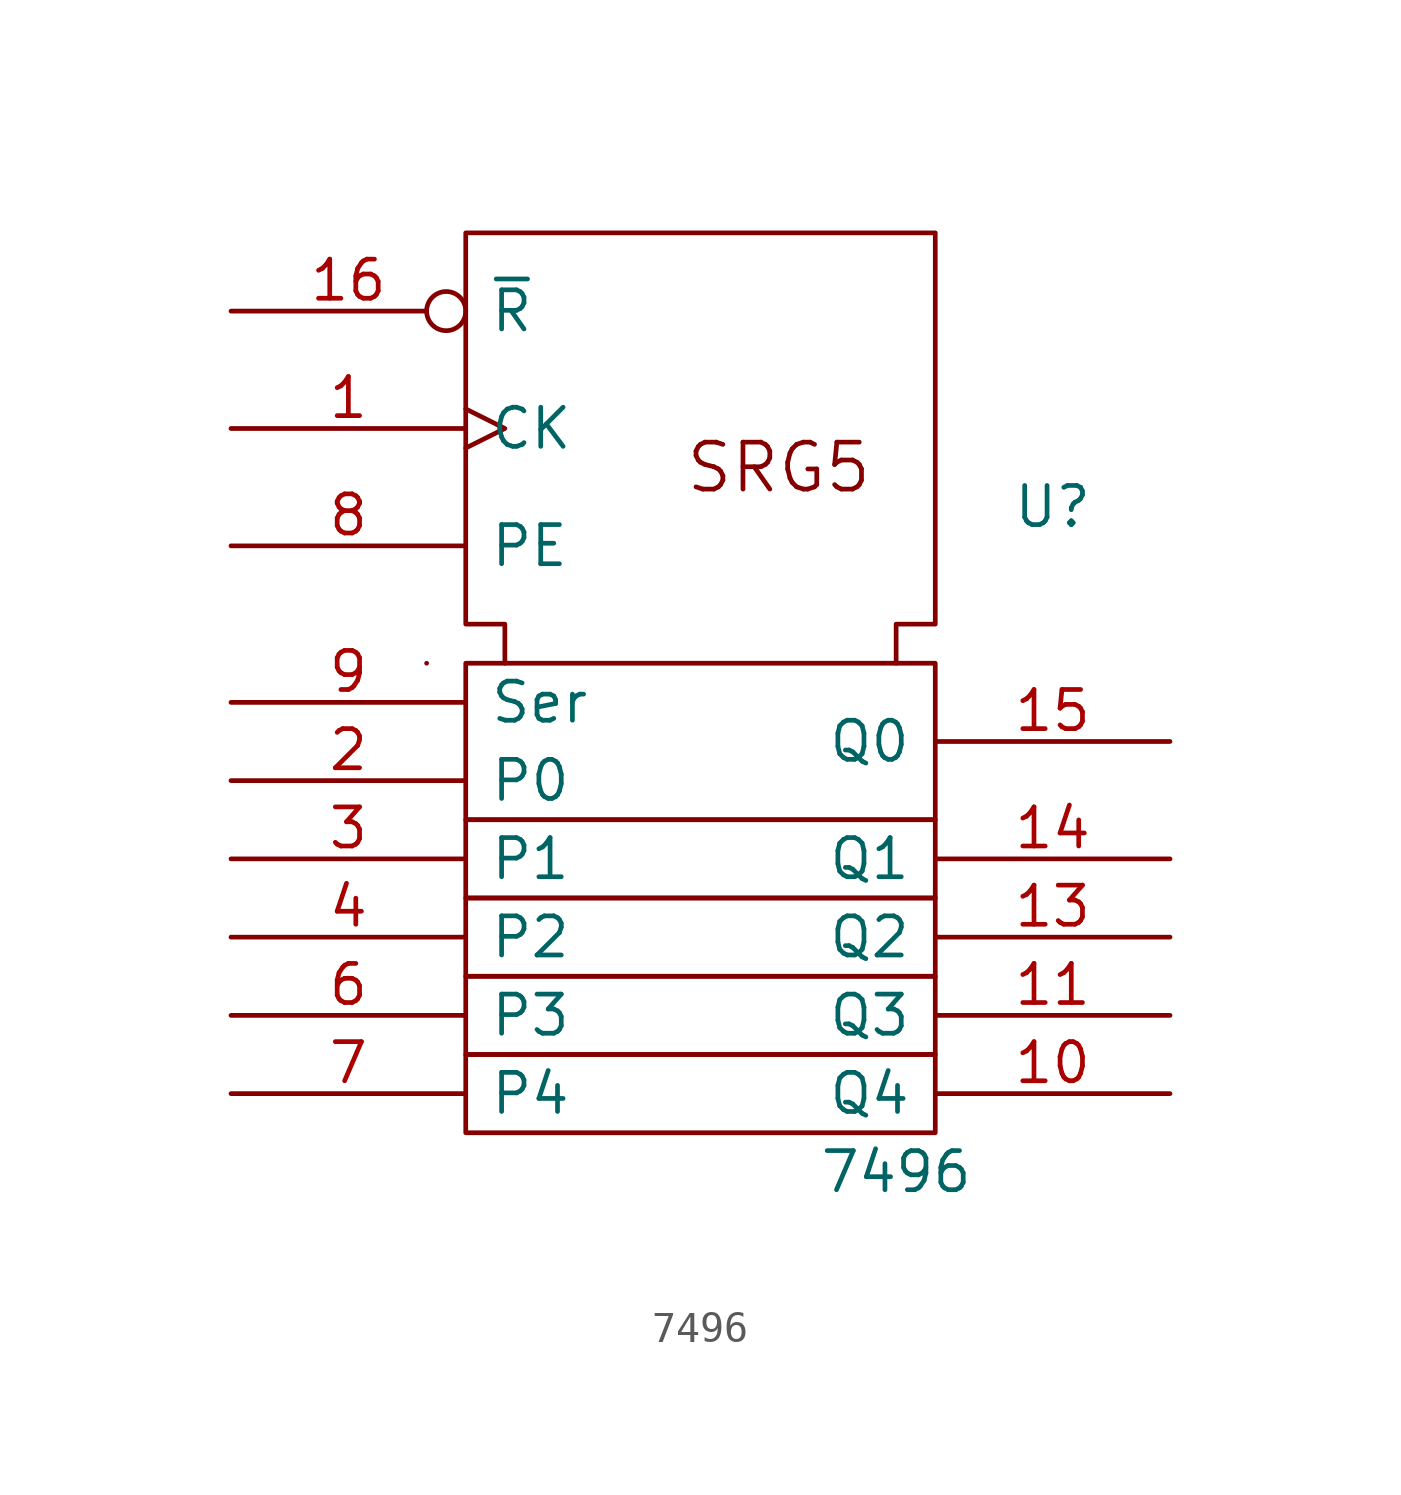
<source format=kicad_sym>
(kicad_symbol_lib
  (version 20201005)
  (generator kicad_symbol_editor)
  (symbol "7496"
    (pin_names
      (offset 0.762))
    (property "Reference" "U"
      (at 11.43 5.08 0)
      (effects (font (size 1.27 1.27))))
    (property "Value" "7496"
      (at 6.35 -16.51 0)
      (effects (font (size 1.27 1.27))))
    (symbol "7496_0_0"
      (text "SRG5" (at 2.54 6.35 0) (effects (font (size 1.524 1.524))))
      (polyline (pts (xy -8.89 0) (xy -8.89 0)) (stroke (width 0)) (fill (type none)))
      (pin power_in line (at 0 13.97 270) (length 0) hide (name "GND" (effects (font (size 1.27 1.27)))) (number "12" (effects (font (size 1.27 1.27)))))
      (pin power_in line (at 5.08 13.97 270) (length 0) hide (name "VCC" (effects (font (size 1.27 1.27)))) (number "5" (effects (font (size 1.27 1.27))))))
    (symbol "7496_0_1"
      (rectangle (start -7.62 -12.7) (end 7.62 -15.24) (stroke (width 0)) (fill (type none)))
      (rectangle (start -7.62 -10.16) (end 7.62 -12.7) (stroke (width 0)) (fill (type none)))
      (rectangle (start -7.62 -7.62) (end 7.62 -10.16) (stroke (width 0)) (fill (type none)))
      (rectangle (start -7.62 -5.08) (end 7.62 -7.62) (stroke (width 0)) (fill (type none)))
      (rectangle (start -7.62 0) (end 7.62 -5.08) (stroke (width 0)) (fill (type none)))
      (polyline (pts (xy -6.35 0) (xy -6.35 1.27) (xy -7.62 1.27) (xy -7.62 13.97) (xy 7.62 13.97) (xy 7.62 1.27) (xy 6.35 1.27) (xy 6.35 0) (xy 6.35 0)) (stroke (width 0)) (fill (type none))))
    (symbol "7496_1_1"
      (pin input clock (at -15.24 7.62 0) (length 7.62) (name "CK" (effects (font (size 1.27 1.27)))) (number "1" (effects (font (size 1.27 1.27)))))
      (pin output line (at 15.24 -13.97 180) (length 7.62) (name "Q4" (effects (font (size 1.27 1.27)))) (number "10" (effects (font (size 1.27 1.27)))))
      (pin output line (at 15.24 -11.43 180) (length 7.62) (name "Q3" (effects (font (size 1.27 1.27)))) (number "11" (effects (font (size 1.27 1.27)))))
      (pin output line (at 15.24 -8.89 180) (length 7.62) (name "Q2" (effects (font (size 1.27 1.27)))) (number "13" (effects (font (size 1.27 1.27)))))
      (pin output line (at 15.24 -6.35 180) (length 7.62) (name "Q1" (effects (font (size 1.27 1.27)))) (number "14" (effects (font (size 1.27 1.27)))))
      (pin output line (at 15.24 -2.54 180) (length 7.62) (name "Q0" (effects (font (size 1.27 1.27)))) (number "15" (effects (font (size 1.27 1.27)))))
      (pin input inverted (at -15.24 11.43 0) (length 7.62) (name "~R" (effects (font (size 1.27 1.27)))) (number "16" (effects (font (size 1.27 1.27)))))
      (pin input line (at -15.24 -3.81 0) (length 7.62) (name "P0" (effects (font (size 1.27 1.27)))) (number "2" (effects (font (size 1.27 1.27)))))
      (pin input line (at -15.24 -6.35 0) (length 7.62) (name "P1" (effects (font (size 1.27 1.27)))) (number "3" (effects (font (size 1.27 1.27)))))
      (pin input line (at -15.24 -8.89 0) (length 7.62) (name "P2" (effects (font (size 1.27 1.27)))) (number "4" (effects (font (size 1.27 1.27)))))
      (pin input line (at -15.24 -11.43 0) (length 7.62) (name "P3" (effects (font (size 1.27 1.27)))) (number "6" (effects (font (size 1.27 1.27)))))
      (pin input line (at -15.24 -13.97 0) (length 7.62) (name "P4" (effects (font (size 1.27 1.27)))) (number "7" (effects (font (size 1.27 1.27)))))
      (pin input line (at -15.24 3.81 0) (length 7.62) (name "PE" (effects (font (size 1.27 1.27)))) (number "8" (effects (font (size 1.27 1.27)))))
      (pin input line (at -15.24 -1.27 0) (length 7.62) (name "Ser" (effects (font (size 1.27 1.27)))) (number "9" (effects (font (size 1.27 1.27))))))))
</source>
